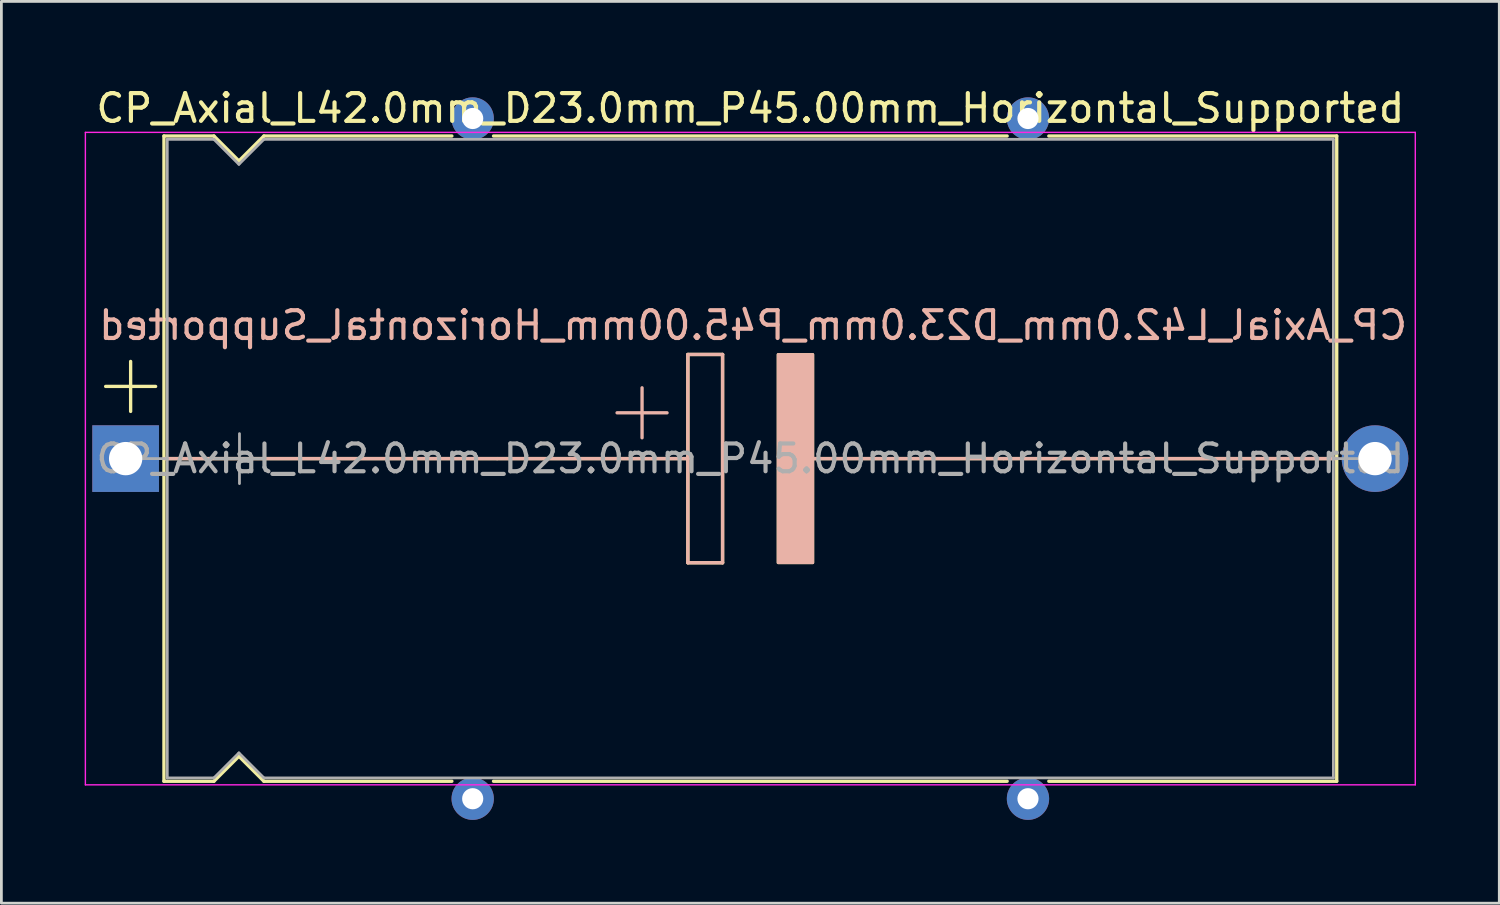
<source format=kicad_pcb>
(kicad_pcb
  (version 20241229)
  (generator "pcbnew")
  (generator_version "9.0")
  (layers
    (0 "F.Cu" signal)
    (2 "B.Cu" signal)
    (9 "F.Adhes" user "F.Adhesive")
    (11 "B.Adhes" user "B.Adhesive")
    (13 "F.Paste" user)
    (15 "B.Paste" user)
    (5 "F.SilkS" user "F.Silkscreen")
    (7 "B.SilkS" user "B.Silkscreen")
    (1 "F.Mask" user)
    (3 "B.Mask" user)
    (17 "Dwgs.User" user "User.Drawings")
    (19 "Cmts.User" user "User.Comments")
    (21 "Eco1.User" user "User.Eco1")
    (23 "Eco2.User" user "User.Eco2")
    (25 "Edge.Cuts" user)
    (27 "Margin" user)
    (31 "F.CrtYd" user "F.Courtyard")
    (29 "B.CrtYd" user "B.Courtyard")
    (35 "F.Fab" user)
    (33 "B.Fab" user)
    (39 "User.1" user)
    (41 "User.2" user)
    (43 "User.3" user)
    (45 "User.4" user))
  (footprint "CP_Axial_L42.0mm_D23.0mm_P45.00mm_Horizontal_Supported"
    (layer "F.Cu")
    (at 1.475 13.468)
    (property "Reference" "CP_Axial_L42.0mm_D23.0mm_P45.00mm_Horizontal_Supported" (at 22.5 -12.62 0) (layer "F.SilkS") (effects (font (size 1 1) (thickness 0.15))))
    (fp_line (start -0.72 -2.6) (end 1.08 -2.6) (stroke (width 0.12) (type solid)) (layer "F.SilkS"))
    (fp_line (start 0.18 -3.5) (end 0.18 -1.7) (stroke (width 0.12) (type solid)) (layer "F.SilkS"))
    (fp_line (start 1.38 -11.62) (end 1.38 11.62) (stroke (width 0.12) (type solid)) (layer "F.SilkS"))
    (fp_line (start 1.38 -11.62) (end 3.18 -11.62) (stroke (width 0.12) (type solid)) (layer "F.SilkS"))
    (fp_line (start 1.38 11.62) (end 3.18 11.62) (stroke (width 0.12) (type solid)) (layer "F.SilkS"))
    (fp_line (start 1.397 0) (end 20.25 0) (stroke (width 0.12) (type solid)) (layer "F.SilkS"))
    (fp_line (start 3.18 -11.62) (end 4.08 -10.72) (stroke (width 0.12) (type solid)) (layer "F.SilkS"))
    (fp_line (start 3.18 11.62) (end 4.08 10.72) (stroke (width 0.12) (type solid)) (layer "F.SilkS"))
    (fp_line (start 4.08 -10.72) (end 4.98 -11.62) (stroke (width 0.12) (type solid)) (layer "F.SilkS"))
    (fp_line (start 4.08 10.72) (end 4.98 11.62) (stroke (width 0.12) (type solid)) (layer "F.SilkS"))
    (fp_line (start 4.98 -11.62) (end 11.75 -11.62) (stroke (width 0.12) (type solid)) (layer "F.SilkS"))
    (fp_line (start 4.98 11.62) (end 11.75 11.62) (stroke (width 0.12) (type solid)) (layer "F.SilkS"))
    (fp_line (start 13.25 -11.62) (end 31.75 -11.62) (stroke (width 0.12) (type solid)) (layer "F.SilkS"))
    (fp_line (start 13.25 11.62) (end 31.75 11.62) (stroke (width 0.12) (type solid)) (layer "F.SilkS"))
    (fp_line (start 20.25 -3.75) (end 21.5 -3.75) (stroke (width 0.12) (type solid)) (layer "F.SilkS"))
    (fp_line (start 20.25 0) (end 20.25 -3.75) (stroke (width 0.12) (type solid)) (layer "F.SilkS"))
    (fp_line (start 20.25 3.75) (end 20.25 0) (stroke (width 0.12) (type solid)) (layer "F.SilkS"))
    (fp_line (start 21.5 -3.75) (end 21.5 3.75) (stroke (width 0.12) (type solid)) (layer "F.SilkS"))
    (fp_line (start 21.5 3.75) (end 20.25 3.75) (stroke (width 0.12) (type solid)) (layer "F.SilkS"))
    (fp_line (start 24.75 0) (end 43.561 0) (stroke (width 0.12) (type solid)) (layer "F.SilkS"))
    (fp_line (start 33.25 -11.62) (end 43.62 -11.62) (stroke (width 0.12) (type solid)) (layer "F.SilkS"))
    (fp_line (start 33.25 11.62) (end 43.62 11.62) (stroke (width 0.12) (type solid)) (layer "F.SilkS"))
    (fp_line (start 43.62 -11.62) (end 43.62 11.62) (stroke (width 0.12) (type solid)) (layer "F.SilkS"))
    (fp_poly (pts (xy 24.75 3.75) (xy 23.5 3.75) (xy 23.5 -3.75) (xy 24.75 -3.75)) (stroke (width 0.1) (type solid)) (fill yes) (layer "F.SilkS"))
    (fp_line (start 1.4 0) (end 13.38 0) (stroke (width 0.12) (type solid)) (layer "B.SilkS"))
    (fp_line (start 13.38 0) (end 20.25 0) (stroke (width 0.12) (type solid)) (layer "B.SilkS"))
    (fp_line (start 18.6 -2.55) (end 18.6 -0.75) (stroke (width 0.12) (type solid)) (layer "B.SilkS"))
    (fp_line (start 19.5 -1.65) (end 17.7 -1.65) (stroke (width 0.12) (type solid)) (layer "B.SilkS"))
    (fp_line (start 20.25 -3.75) (end 21.5 -3.75) (stroke (width 0.12) (type solid)) (layer "B.SilkS"))
    (fp_line (start 20.25 0) (end 20.25 -3.75) (stroke (width 0.12) (type solid)) (layer "B.SilkS"))
    (fp_line (start 20.25 3.75) (end 20.25 0) (stroke (width 0.12) (type solid)) (layer "B.SilkS"))
    (fp_line (start 21.5 -3.75) (end 21.5 3.75) (stroke (width 0.12) (type solid)) (layer "B.SilkS"))
    (fp_line (start 21.5 3.75) (end 20.25 3.75) (stroke (width 0.12) (type solid)) (layer "B.SilkS"))
    (fp_line (start 24.75 0) (end 31.62 0) (stroke (width 0.12) (type solid)) (layer "B.SilkS"))
    (fp_line (start 43.6 0) (end 31.62 0) (stroke (width 0.12) (type solid)) (layer "B.SilkS"))
    (fp_poly (pts (xy 24.75 3.75) (xy 23.5 3.75) (xy 23.5 -3.75) (xy 24.75 -3.75)) (stroke (width 0.1) (type solid)) (fill yes) (layer "B.SilkS"))
    (fp_line (start -1.45 -11.75) (end -1.45 11.75) (stroke (width 0.05) (type solid)) (layer "F.CrtYd"))
    (fp_line (start -1.45 11.75) (end 46.45 11.75) (stroke (width 0.05) (type solid)) (layer "F.CrtYd"))
    (fp_line (start 46.45 -11.75) (end -1.45 -11.75) (stroke (width 0.05) (type solid)) (layer "F.CrtYd"))
    (fp_line (start 46.45 11.75) (end 46.45 -11.75) (stroke (width 0.05) (type solid)) (layer "F.CrtYd"))
    (fp_line (start 0 0) (end 1.5 0) (stroke (width 0.1) (type solid)) (layer "F.Fab"))
    (fp_line (start 1.5 -11.5) (end 1.5 11.5) (stroke (width 0.1) (type solid)) (layer "F.Fab"))
    (fp_line (start 1.5 -11.5) (end 3.18 -11.5) (stroke (width 0.1) (type solid)) (layer "F.Fab"))
    (fp_line (start 1.5 11.5) (end 3.18 11.5) (stroke (width 0.1) (type solid)) (layer "F.Fab"))
    (fp_line (start 3.18 -11.5) (end 4.08 -10.6) (stroke (width 0.1) (type solid)) (layer "F.Fab"))
    (fp_line (start 3.18 11.5) (end 4.08 10.6) (stroke (width 0.1) (type solid)) (layer "F.Fab"))
    (fp_line (start 3.2 0) (end 5 0) (stroke (width 0.1) (type solid)) (layer "F.Fab"))
    (fp_line (start 4.08 -10.6) (end 4.98 -11.5) (stroke (width 0.1) (type solid)) (layer "F.Fab"))
    (fp_line (start 4.08 10.6) (end 4.98 11.5) (stroke (width 0.1) (type solid)) (layer "F.Fab"))
    (fp_line (start 4.1 -0.9) (end 4.1 0.9) (stroke (width 0.1) (type solid)) (layer "F.Fab"))
    (fp_line (start 4.98 -11.5) (end 43.5 -11.5) (stroke (width 0.1) (type solid)) (layer "F.Fab"))
    (fp_line (start 4.98 11.5) (end 43.5 11.5) (stroke (width 0.1) (type solid)) (layer "F.Fab"))
    (fp_line (start 43.5 -11.5) (end 43.5 11.5) (stroke (width 0.1) (type solid)) (layer "F.Fab"))
    (fp_line (start 45 0) (end 43.5 0) (stroke (width 0.1) (type solid)) (layer "F.Fab"))
    (fp_text user "${REFERENCE}" (at 22.6 -4.8 0) (layer "B.SilkS") (effects (font (size 1 1) (thickness 0.15)) (justify mirror)))
    (fp_text user "${REFERENCE}" (at 22.5 0 0) (layer "F.Fab") (effects (font (size 1 1) (thickness 0.15))))
    (pad "1" thru_hole rect (at 0 0) (size 2.4 2.4) (drill 1.2) (layers "*.Cu" "*.Mask"))
    (pad "2" thru_hole oval (at 45 0) (size 2.4 2.4) (drill 1.2) (layers "*.Cu" "*.Mask"))
    (pad "~" thru_hole circle (at 12.5 -12.25) (size 1.524 1.524) (drill 0.762) (layers "*.Cu" "*.Mask"))
    (pad "~" thru_hole circle (at 12.5 12.25) (size 1.524 1.524) (drill 0.762) (layers "*.Cu" "*.Mask"))
    (pad "~" thru_hole circle (at 32.5 -12.25) (size 1.524 1.524) (drill 0.762) (layers "*.Cu" "*.Mask"))
    (pad "~" thru_hole circle (at 32.5 12.25) (size 1.524 1.524) (drill 0.762) (layers "*.Cu" "*.Mask")))
  (gr_rect
    (start -3 -3)
    (end 50.95 29.48)
    (stroke (width 0.1) (type default))
    (fill no)
    (layer "Edge.Cuts")))
</source>
